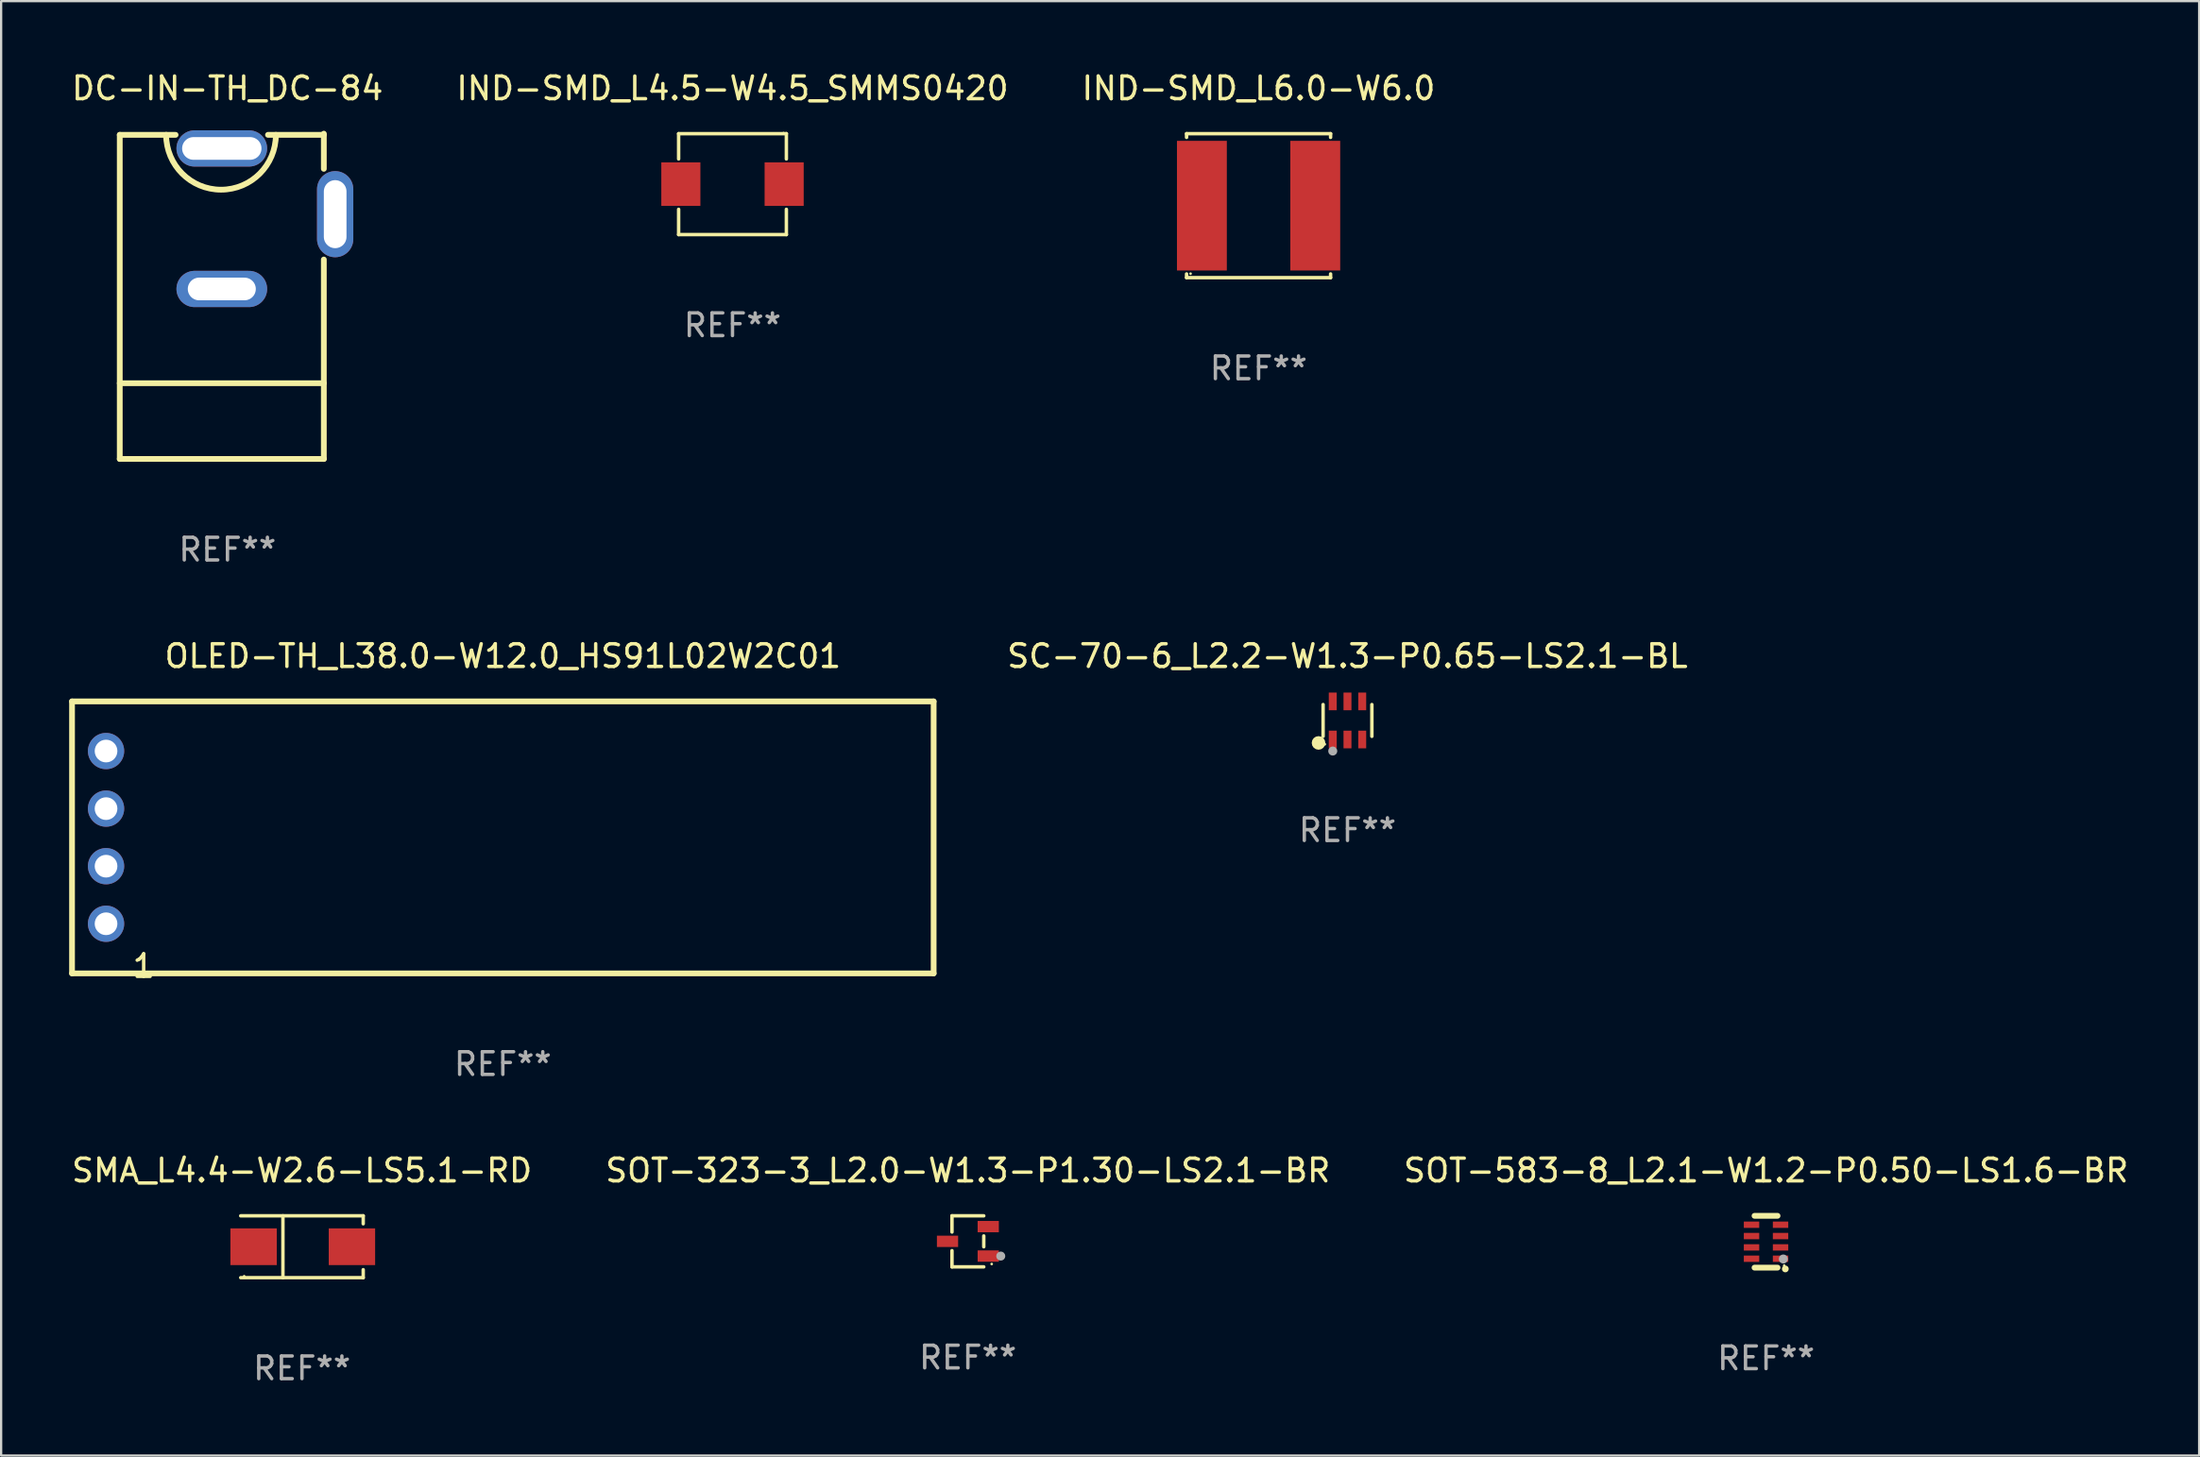
<source format=kicad_pcb>
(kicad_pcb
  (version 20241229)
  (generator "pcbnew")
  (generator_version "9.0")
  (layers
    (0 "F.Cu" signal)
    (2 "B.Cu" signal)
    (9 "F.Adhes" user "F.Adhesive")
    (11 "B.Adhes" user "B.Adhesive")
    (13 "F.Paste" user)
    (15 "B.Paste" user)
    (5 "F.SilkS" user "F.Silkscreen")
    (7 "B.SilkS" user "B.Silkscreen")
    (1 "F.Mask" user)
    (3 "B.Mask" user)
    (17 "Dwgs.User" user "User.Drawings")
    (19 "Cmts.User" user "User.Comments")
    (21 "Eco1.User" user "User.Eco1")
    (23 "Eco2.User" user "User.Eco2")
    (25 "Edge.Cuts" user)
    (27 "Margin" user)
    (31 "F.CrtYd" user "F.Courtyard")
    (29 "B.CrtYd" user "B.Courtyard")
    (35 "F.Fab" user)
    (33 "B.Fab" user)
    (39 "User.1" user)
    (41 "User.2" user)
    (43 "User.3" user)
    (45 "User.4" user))
  (footprint "SC-70-6_L2.2-W1.3-P0.65-LS2.1-BL"
    (layer "F.Cu")
    (at 56.379 28.736)
    (property "Reference" "SC-70-6_L2.2-W1.3-P0.65-LS2.1-BL" (at 0 -2.84 0) (layer "F.SilkS") (effects (font (size 1 1) (thickness 0.15))))
    (attr smd)
    (fp_line (start -1.076 0.701) (end -1.076 -0.701) (stroke (width 0.152) (type solid)) (layer "F.SilkS"))
    (fp_line (start 1.076 0.701) (end 1.076 -0.701) (stroke (width 0.152) (type solid)) (layer "F.SilkS"))
    (fp_circle (center -1.277 0.992) (end -1.127 0.992) (stroke (width 0.3) (type solid)) (fill no) (layer "F.SilkS"))
    (fp_circle (center -1 1.05) (end -0.97 1.05) (stroke (width 0.06) (type solid)) (fill no) (layer "F.SilkS"))
    (fp_circle (center -0.65 1.35) (end -0.55 1.35) (stroke (width 0.2) (type solid)) (fill no) (layer "F.Fab"))
    (fp_text user "REF**" (at 0 4.84 0) (layer "F.Fab") (effects (font (size 1 1) (thickness 0.15))))
    (pad "1" smd rect (at -0.65 0.84) (size 0.35 0.78) (layers "F.Cu" "F.Mask" "F.Paste"))
    (pad "2" smd rect (at 0 0.84) (size 0.35 0.78) (layers "F.Cu" "F.Mask" "F.Paste"))
    (pad "3" smd rect (at 0.65 0.84) (size 0.35 0.78) (layers "F.Cu" "F.Mask" "F.Paste"))
    (pad "4" smd rect (at 0.65 -0.84) (size 0.35 0.78) (layers "F.Cu" "F.Mask" "F.Paste"))
    (pad "5" smd rect (at 0 -0.84) (size 0.35 0.78) (layers "F.Cu" "F.Mask" "F.Paste"))
    (pad "6" smd rect (at -0.65 -0.84) (size 0.35 0.78) (layers "F.Cu" "F.Mask" "F.Paste")))
  (footprint "SOT-323-3_L2.0-W1.3-P1.30-LS2.1-BR"
    (layer "F.Cu")
    (at 39.637 51.718)
    (property "Reference" "SOT-323-3_L2.0-W1.3-P1.30-LS2.1-BR" (at 0 -3.126 0) (layer "F.SilkS") (effects (font (size 1 1) (thickness 0.15))))
    (attr smd)
    (fp_line (start -0.701 -1.126) (end -0.701 -0.411) (stroke (width 0.152) (type solid)) (layer "F.SilkS"))
    (fp_line (start -0.701 1.126) (end -0.701 0.411) (stroke (width 0.152) (type solid)) (layer "F.SilkS"))
    (fp_line (start 0.701 -1.126) (end -0.701 -1.126) (stroke (width 0.152) (type solid)) (layer "F.SilkS"))
    (fp_line (start 0.701 -0.239) (end 0.701 0.239) (stroke (width 0.152) (type solid)) (layer "F.SilkS"))
    (fp_line (start 0.701 1.126) (end -0.701 1.126) (stroke (width 0.152) (type solid)) (layer "F.SilkS"))
    (fp_circle (center 1.05 1) (end 1.08 1) (stroke (width 0.06) (type solid)) (fill no) (layer "F.SilkS"))
    (fp_circle (center 1.45 0.65) (end 1.55 0.65) (stroke (width 0.2) (type solid)) (fill no) (layer "F.Fab"))
    (fp_text user "REF**" (at 0 5.126 0) (layer "F.Fab") (effects (font (size 1 1) (thickness 0.15))))
    (pad "1" smd rect (at 0.898 0.65) (size 0.936 0.5) (layers "F.Cu" "F.Mask" "F.Paste"))
    (pad "2" smd rect (at 0.898 -0.65) (size 0.936 0.5) (layers "F.Cu" "F.Mask" "F.Paste"))
    (pad "3" smd rect (at -0.898 0) (size 0.936 0.5) (layers "F.Cu" "F.Mask" "F.Paste")))
  (footprint "SMA_L4.4-W2.6-LS5.1-RD"
    (layer "F.Cu")
    (at 10.303 51.956)
    (property "Reference" "SMA_L4.4-W2.6-LS5.1-RD" (at -0.036 -3.364 0) (layer "F.SilkS") (effects (font (size 1 1) (thickness 0.15))))
    (attr smd)
    (fp_line (start -2.737 -1.364) (end 2.666 -1.364) (stroke (width 0.152) (type solid)) (layer "F.SilkS"))
    (fp_line (start -2.737 1.364) (end 2.666 1.364) (stroke (width 0.152) (type solid)) (layer "F.SilkS"))
    (fp_line (start -0.875 -1.364) (end -0.875 1.364) (stroke (width 0.152) (type solid)) (layer "F.SilkS"))
    (fp_line (start 2.666 -1.364) (end 2.666 -1.013) (stroke (width 0.152) (type solid)) (layer "F.SilkS"))
    (fp_line (start 2.666 1.364) (end 2.666 1.013) (stroke (width 0.152) (type solid)) (layer "F.SilkS"))
    (fp_circle (center -2.584 1.3) (end -2.554 1.3) (stroke (width 0.06) (type solid)) (fill no) (layer "F.SilkS"))
    (fp_text user "REF**" (at -0.036 5.364 0) (layer "F.Fab") (effects (font (size 1 1) (thickness 0.15))))
    (pad "1" smd rect (at -2.169 0.000025) (size 2.046 1.62) (layers "F.Cu" "F.Mask" "F.Paste"))
    (pad "2" smd rect (at 2.169 0.000025) (size 2.046 1.62) (layers "F.Cu" "F.Mask" "F.Paste")))
  (footprint "SOT-583-8_L2.1-W1.2-P0.50-LS1.6-BR"
    (layer "F.Cu")
    (at 74.839 51.735)
    (property "Reference" "SOT-583-8_L2.1-W1.2-P0.50-LS1.6-BR" (at 0 -3.143 0) (layer "F.SilkS") (effects (font (size 1 1) (thickness 0.15))))
    (attr smd)
    (fp_line (start -0.508 1.143) (end 0.508 1.143) (stroke (width 0.254) (type solid)) (layer "F.SilkS"))
    (fp_line (start 0.508 -1.143) (end -0.508 -1.143) (stroke (width 0.254) (type solid)) (layer "F.SilkS"))
    (fp_circle (center 0.8 1.05) (end 0.83 1.05) (stroke (width 0.06) (type solid)) (fill no) (layer "F.SilkS"))
    (fp_circle (center 0.85 1.2) (end 0.925 1.2) (stroke (width 0.15) (type solid)) (fill no) (layer "F.SilkS"))
    (fp_circle (center 0.762 0.762) (end 0.862 0.762) (stroke (width 0.2) (type solid)) (fill no) (layer "F.Fab"))
    (fp_text user "REF**" (at 0 5.143 0) (layer "F.Fab") (effects (font (size 1 1) (thickness 0.15))))
    (pad "1" smd rect (at 0.64 0.75 90) (size 0.28 0.68) (layers "F.Cu" "F.Mask" "F.Paste"))
    (pad "2" smd rect (at 0.64 0.25 90) (size 0.28 0.68) (layers "F.Cu" "F.Mask" "F.Paste"))
    (pad "3" smd rect (at 0.64 -0.25 90) (size 0.28 0.68) (layers "F.Cu" "F.Mask" "F.Paste"))
    (pad "4" smd rect (at 0.64 -0.75 90) (size 0.28 0.68) (layers "F.Cu" "F.Mask" "F.Paste"))
    (pad "5" smd rect (at -0.64 -0.75 90) (size 0.28 0.68) (layers "F.Cu" "F.Mask" "F.Paste"))
    (pad "6" smd rect (at -0.64 -0.25 90) (size 0.28 0.68) (layers "F.Cu" "F.Mask" "F.Paste"))
    (pad "7" smd rect (at -0.64 0.25 90) (size 0.28 0.68) (layers "F.Cu" "F.Mask" "F.Paste"))
    (pad "8" smd rect (at -0.64 0.75 90) (size 0.28 0.68) (layers "F.Cu" "F.Mask" "F.Paste")))
  (footprint "IND-SMD_L6.0-W6.0"
    (layer "F.Cu")
    (at 52.458 6.024)
    (property "Reference" "IND-SMD_L6.0-W6.0" (at -0.000127 -5.176 0) (layer "F.SilkS") (effects (font (size 1 1) (thickness 0.15))))
    (attr smd)
    (fp_line (start -3.176 -3.176) (end 3.176 -3.176) (stroke (width 0.152) (type solid)) (layer "F.SilkS"))
    (fp_line (start -3.176 -3.012) (end -3.176 -3.176) (stroke (width 0.152) (type solid)) (layer "F.SilkS"))
    (fp_line (start -3.176 3.012) (end -3.176 3.176) (stroke (width 0.152) (type solid)) (layer "F.SilkS"))
    (fp_line (start -3.176 3.176) (end 3.176 3.176) (stroke (width 0.152) (type solid)) (layer "F.SilkS"))
    (fp_line (start 3.176 -3.176) (end 3.176 -3.012) (stroke (width 0.152) (type solid)) (layer "F.SilkS"))
    (fp_line (start 3.176 3.176) (end 3.176 3.012) (stroke (width 0.152) (type solid)) (layer "F.SilkS"))
    (fp_circle (center -3 3) (end -2.97 3) (stroke (width 0.06) (type solid)) (fill no) (layer "F.SilkS"))
    (fp_text user "REF**" (at -0.000127 7.176 0) (layer "F.Fab") (effects (font (size 1 1) (thickness 0.15))))
    (pad "1" smd rect (at -2.5 0) (size 2.2 5.72) (layers "F.Cu" "F.Mask" "F.Paste"))
    (pad "2" smd rect (at 2.5 0) (size 2.2 5.72) (layers "F.Cu" "F.Mask" "F.Paste")))
  (footprint "OLED-TH_L38.0-W12.0_HS91L02W2C01"
    (layer "F.Cu")
    (at 1.627 33.896)
    (property "Reference" "OLED-TH_L38.0-W12.0_HS91L02W2C01" (at 17.5 -8 0) (layer "F.SilkS") (effects (font (size 1 1) (thickness 0.15))))
    (attr through_hole)
    (fp_line (start -1.5 -6) (end 36.5 -6) (stroke (width 0.254) (type solid)) (layer "F.SilkS"))
    (fp_line (start -1.5 6) (end -1.5 -6) (stroke (width 0.254) (type solid)) (layer "F.SilkS"))
    (fp_line (start 36.5 -6) (end 36.5 6) (stroke (width 0.254) (type solid)) (layer "F.SilkS"))
    (fp_line (start 36.5 6) (end -1.5 6) (stroke (width 0.254) (type solid)) (layer "F.SilkS"))
    (fp_text user "1" (at 1.659 5.677 0) (layer "F.SilkS") (effects (font (size 1 1) (thickness 0.15))))
    (fp_text user "REF**" (at 17.5 10 0) (layer "F.Fab") (effects (font (size 1 1) (thickness 0.15))))
    (pad "1" thru_hole circle (at 0 3.81) (size 1.6 1.6) (drill 1) (layers "*.Cu" "*.Mask"))
    (pad "2" thru_hole circle (at 0 1.27) (size 1.6 1.6) (drill 1) (layers "*.Cu" "*.Mask"))
    (pad "3" thru_hole circle (at 0 -1.27) (size 1.6 1.6) (drill 1) (layers "*.Cu" "*.Mask"))
    (pad "4" thru_hole circle (at 0 -3.81) (size 1.6 1.6) (drill 1) (layers "*.Cu" "*.Mask")))
  (footprint "DC-IN-TH_DC-84"
    (layer "F.Cu")
    (at 9.232 6.599)
    (property "Reference" "DC-IN-TH_DC-84" (at -2.25 -5.751 0) (layer "F.SilkS") (effects (font (size 1 1) (thickness 0.15))))
    (attr through_hole)
    (fp_line (start -7 -3.7) (end -4.538 -3.7) (stroke (width 0.254) (type solid)) (layer "F.SilkS"))
    (fp_line (start -7 7.259) (end 2 7.259) (stroke (width 0.254) (type solid)) (layer "F.SilkS"))
    (fp_line (start -7 10.6) (end -7 -3.7) (stroke (width 0.254) (type solid)) (layer "F.SilkS"))
    (fp_line (start -7 10.6) (end 2 10.6) (stroke (width 0.254) (type solid)) (layer "F.SilkS"))
    (fp_line (start -0.462 -3.7) (end 2 -3.7) (stroke (width 0.254) (type solid)) (layer "F.SilkS"))
    (fp_line (start 2 -2.201) (end 2 -3.751) (stroke (width 0.254) (type solid)) (layer "F.SilkS"))
    (fp_line (start 2 10.6) (end 2 1.801) (stroke (width 0.254) (type solid)) (layer "F.SilkS"))
    (fp_arc (start -0.114935 -3.699644) (mid -2.534824 -1.280163) (end -4.954305 -3.700052) (stroke (width 0.254001) (type solid)) (layer "F.SilkS"))
    (fp_circle (center -7 -3.7) (end -6.97 -3.7) (stroke (width 0.06) (type solid)) (fill no) (layer "F.SilkS"))
    (fp_text user "REF**" (at -2.25 14.6 0) (layer "F.Fab") (effects (font (size 1 1) (thickness 0.15))))
    (pad "1" thru_hole oval (at -2.5 -3.1 90) (size 1.6 4) (drill oval 1 3.5) (layers "*.Cu" "*.Mask"))
    (pad "2" thru_hole oval (at 2.5 -0.2) (size 1.6 3.8) (drill oval 1 3) (layers "*.Cu" "*.Mask"))
    (pad "3" thru_hole oval (at -2.5 3.1 90) (size 1.6 4) (drill oval 1 3) (layers "*.Cu" "*.Mask")))
  (footprint "IND-SMD_L4.5-W4.5_SMMS0420"
    (layer "F.Cu")
    (at 29.256 5.074)
    (property "Reference" "IND-SMD_L4.5-W4.5_SMMS0420" (at -0.000127 -4.226 0) (layer "F.SilkS") (effects (font (size 1 1) (thickness 0.15))))
    (attr smd)
    (fp_line (start -2.376 -2.226) (end 2.376 -2.226) (stroke (width 0.152) (type solid)) (layer "F.SilkS"))
    (fp_line (start -2.376 -1.112) (end -2.376 -2.226) (stroke (width 0.152) (type solid)) (layer "F.SilkS"))
    (fp_line (start -2.376 1.112) (end -2.376 2.226) (stroke (width 0.152) (type solid)) (layer "F.SilkS"))
    (fp_line (start -2.376 2.226) (end 2.376 2.226) (stroke (width 0.152) (type solid)) (layer "F.SilkS"))
    (fp_line (start 2.376 -2.226) (end 2.376 -1.112) (stroke (width 0.152) (type solid)) (layer "F.SilkS"))
    (fp_line (start 2.376 2.226) (end 2.376 1.112) (stroke (width 0.152) (type solid)) (layer "F.SilkS"))
    (fp_circle (center 2.25 -2.25) (end 2.28 -2.25) (stroke (width 0.06) (type solid)) (fill no) (layer "F.SilkS"))
    (fp_text user "REF**" (at -0.000127 6.226 0) (layer "F.Fab") (effects (font (size 1 1) (thickness 0.15))))
    (pad "1" smd rect (at 2.278 0) (size 1.724 1.92) (layers "F.Cu" "F.Mask" "F.Paste"))
    (pad "2" smd rect (at -2.278 0) (size 1.724 1.92) (layers "F.Cu" "F.Mask" "F.Paste")))
  (gr_rect
    (start -3 -3)
    (end 93.94 61.168)
    (stroke (width 0.1) (type default))
    (fill no)
    (layer "Edge.Cuts")))
</source>
